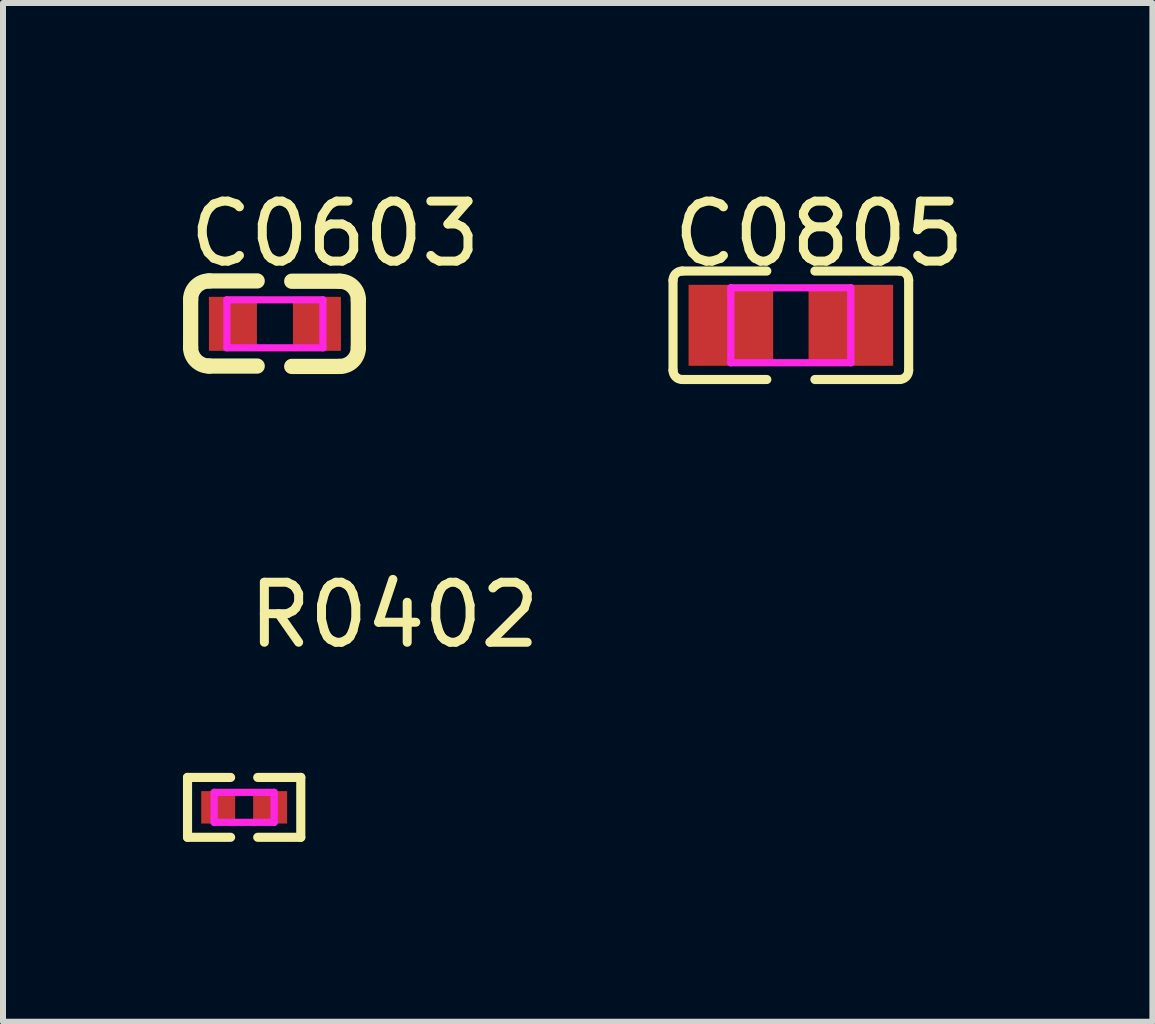
<source format=kicad_pcb>
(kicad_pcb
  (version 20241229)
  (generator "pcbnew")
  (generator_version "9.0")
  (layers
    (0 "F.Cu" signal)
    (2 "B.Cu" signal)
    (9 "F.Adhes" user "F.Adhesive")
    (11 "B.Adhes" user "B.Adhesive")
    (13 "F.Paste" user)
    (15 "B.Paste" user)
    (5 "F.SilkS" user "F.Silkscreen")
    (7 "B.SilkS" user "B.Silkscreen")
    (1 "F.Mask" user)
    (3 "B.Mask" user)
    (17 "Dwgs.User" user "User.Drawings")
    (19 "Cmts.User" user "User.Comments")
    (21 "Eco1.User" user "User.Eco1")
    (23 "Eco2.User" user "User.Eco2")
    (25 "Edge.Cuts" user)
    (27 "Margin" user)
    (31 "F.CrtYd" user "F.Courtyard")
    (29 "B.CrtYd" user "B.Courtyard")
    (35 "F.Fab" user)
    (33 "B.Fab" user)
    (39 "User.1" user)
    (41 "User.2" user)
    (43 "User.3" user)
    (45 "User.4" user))
  (footprint "C0805"
    (layer "F.Cu")
    (at 10.133 2.372)
    (property "Reference" "C0805" (at -2.032 -1.524 0) (layer "F.SilkS") (effects (font (size 1 1) (thickness 0.15)) (justify left)))
    (attr through_hole)
    (fp_line (start -1.964 0.751) (end -1.964 -0.751) (stroke (width 0.152) (type solid)) (layer "F.SilkS"))
    (fp_line (start -1.811 -0.904) (end -0.401 -0.904) (stroke (width 0.152) (type solid)) (layer "F.SilkS"))
    (fp_line (start -0.401 0.904) (end -1.811 0.904) (stroke (width 0.152) (type solid)) (layer "F.SilkS"))
    (fp_line (start 0.401 0.904) (end 1.811 0.904) (stroke (width 0.152) (type solid)) (layer "F.SilkS"))
    (fp_line (start 1.811 -0.904) (end 0.401 -0.904) (stroke (width 0.152) (type solid)) (layer "F.SilkS"))
    (fp_line (start 1.964 0.751) (end 1.964 -0.751) (stroke (width 0.152) (type solid)) (layer "F.SilkS"))
    (fp_arc (start -1.964 -0.751) (mid -1.919187 -0.859187) (end -1.811 -0.904) (stroke (width 0.152) (type solid)) (layer "F.SilkS"))
    (fp_arc (start -1.811 0.904) (mid -1.919187 0.859187) (end -1.964 0.751) (stroke (width 0.152) (type solid)) (layer "F.SilkS"))
    (fp_arc (start 1.811 -0.904) (mid 1.919187 -0.859187) (end 1.964 -0.751) (stroke (width 0.152) (type solid)) (layer "F.SilkS"))
    (fp_arc (start 1.964 0.751) (mid 1.919187 0.859187) (end 1.811 0.904) (stroke (width 0.152) (type solid)) (layer "F.SilkS"))
    (fp_poly (pts (xy -1.705 0.64) (xy -1.705 -0.64) (xy -1.655 -0.69) (xy -0.505 -0.69) (xy -0.455 -0.64) (xy -0.45 -0.23) (xy -0.9 -0.23) (xy -0.9 0.22) (xy -0.46 0.22) (xy -0.455 0.64) (xy -0.505 0.69) (xy -1.655 0.69)) (stroke (width 0.12) (type solid)) (fill yes) (layer "F.Paste"))
    (fp_poly (pts (xy 1.705 -0.64) (xy 1.705 0.64) (xy 1.655 0.69) (xy 0.505 0.69) (xy 0.455 0.64) (xy 0.45 0.23) (xy 0.9 0.23) (xy 0.9 -0.22) (xy 0.46 -0.22) (xy 0.455 -0.64) (xy 0.505 -0.69) (xy 1.655 -0.69)) (stroke (width 0.12) (type solid)) (fill yes) (layer "F.Paste"))
    (fp_circle (center -1 0.625) (end -0.97 0.625) (stroke (width 0.06) (type solid)) (fill no) (layer "Eco2.User"))
    (fp_poly (pts (xy -1 0.625) (xy -1 -0.625) (xy -0.5 -0.625) (xy -0.5 0.625)) (stroke (width 0.12) (type solid)) (fill no) (layer "Eco2.User"))
    (fp_poly (pts (xy 1 -0.625) (xy 1 0.625) (xy 0.5 0.625) (xy 0.5 -0.625)) (stroke (width 0.12) (type solid)) (fill no) (layer "Eco2.User"))
    (fp_line (start -1 -0.625) (end 1 -0.625) (stroke (width 0.12) (type solid)) (layer "F.CrtYd"))
    (fp_line (start -1 0.625) (end -1 -0.625) (stroke (width 0.12) (type solid)) (layer "F.CrtYd"))
    (fp_line (start 1 -0.625) (end 1 0.625) (stroke (width 0.12) (type solid)) (layer "F.CrtYd"))
    (fp_line (start 1 0.625) (end -1 0.625) (stroke (width 0.12) (type solid)) (layer "F.CrtYd"))
    (pad "1" smd rect (at -1 0) (size 1.41 1.35) (layers "F.Cu" "F.Mask" "F.Paste"))
    (pad "2" smd rect (at 1 0) (size 1.41 1.35) (layers "F.Cu" "F.Mask" "F.Paste")))
  (footprint "C0603"
    (layer "F.Cu")
    (at 1.533 2.348)
    (property "Reference" "C0603" (at -1.5 -1.5 0) (layer "F.SilkS") (effects (font (size 1 1) (thickness 0.15)) (justify left)))
    (attr through_hole)
    (fp_line (start -1.405 -0.406) (end -1.405 0.394) (stroke (width 0.254) (type solid)) (layer "F.SilkS"))
    (fp_line (start -0.296 -0.715) (end -1.096 -0.715) (stroke (width 0.254) (type solid)) (layer "F.SilkS"))
    (fp_line (start -0.296 0.704) (end -1.096 0.704) (stroke (width 0.254) (type solid)) (layer "F.SilkS"))
    (fp_line (start 0.28 -0.71) (end 1.08 -0.71) (stroke (width 0.254) (type solid)) (layer "F.SilkS"))
    (fp_line (start 0.28 0.71) (end 1.08 0.71) (stroke (width 0.254) (type solid)) (layer "F.SilkS"))
    (fp_line (start 1.39 -0.4) (end 1.39 0.4) (stroke (width 0.254) (type solid)) (layer "F.SilkS"))
    (fp_arc (start -1.405 -0.406) (mid -1.314496 -0.624496) (end -1.096 -0.715) (stroke (width 0.254) (type solid)) (layer "F.SilkS"))
    (fp_arc (start -1.095975 0.704) (mid -1.315194 0.613212) (end -1.406 0.394) (stroke (width 0.254) (type solid)) (layer "F.SilkS"))
    (fp_arc (start 1.079975 -0.71) (mid 1.299194 -0.619212) (end 1.39 -0.4) (stroke (width 0.254) (type solid)) (layer "F.SilkS"))
    (fp_arc (start 1.39 0.4) (mid 1.299203 0.619203) (end 1.08 0.71) (stroke (width 0.254) (type solid)) (layer "F.SilkS"))
    (fp_circle (center -0.8 0.4) (end -0.77 0.4) (stroke (width 0.06) (type solid)) (fill no) (layer "Eco2.User"))
    (fp_poly (pts (xy -0.8 0.4) (xy -0.8 -0.4) (xy -0.5 -0.4) (xy -0.5 0.4)) (stroke (width 0.12) (type solid)) (fill no) (layer "Eco2.User"))
    (fp_poly (pts (xy 0.8 0.4) (xy 0.8 -0.4) (xy 0.5 -0.4) (xy 0.5 0.4)) (stroke (width 0.12) (type solid)) (fill no) (layer "Eco2.User"))
    (fp_line (start -0.8 -0.4) (end 0.8 -0.4) (stroke (width 0.12) (type solid)) (layer "F.CrtYd"))
    (fp_line (start -0.8 0.4) (end -0.8 -0.4) (stroke (width 0.12) (type solid)) (layer "F.CrtYd"))
    (fp_line (start 0.8 -0.4) (end 0.8 0.4) (stroke (width 0.12) (type solid)) (layer "F.CrtYd"))
    (fp_line (start 0.8 0.4) (end -0.8 0.4) (stroke (width 0.12) (type solid)) (layer "F.CrtYd"))
    (pad "1" smd rect (at -0.7 0) (size 0.8 0.9) (layers "F.Cu" "F.Mask" "F.Paste"))
    (pad "2" smd rect (at 0.7 0) (size 0.8 0.9) (layers "F.Cu" "F.Mask" "F.Paste")))
  (footprint "R0402"
    (layer "F.Cu")
    (at 1.02 10.408)
    (property "Reference" "R0402" (at 0 -3.207 0) (layer "F.SilkS") (effects (font (size 1 1) (thickness 0.15)) (justify left)))
    (attr through_hole)
    (fp_line (start -0.944 -0.499) (end -0.226 -0.499) (stroke (width 0.152) (type solid)) (layer "F.SilkS"))
    (fp_line (start -0.944 0.499) (end -0.944 -0.499) (stroke (width 0.152) (type solid)) (layer "F.SilkS"))
    (fp_line (start -0.226 0.499) (end -0.944 0.499) (stroke (width 0.152) (type solid)) (layer "F.SilkS"))
    (fp_line (start 0.226 0.499) (end 0.944 0.499) (stroke (width 0.152) (type solid)) (layer "F.SilkS"))
    (fp_line (start 0.944 -0.499) (end 0.226 -0.499) (stroke (width 0.152) (type solid)) (layer "F.SilkS"))
    (fp_line (start 0.944 0.499) (end 0.944 -0.499) (stroke (width 0.152) (type solid)) (layer "F.SilkS"))
    (fp_poly (pts (xy -0.135 0.23) (xy -0.135 -0.23) (xy -0.175 -0.27) (xy -0.676 -0.27) (xy -0.716 -0.23) (xy -0.716 0.23) (xy -0.676 0.27) (xy -0.175 0.27)) (stroke (width 0.12) (type solid)) (fill yes) (layer "F.Paste"))
    (fp_poly (pts (xy 0.135 0.23) (xy 0.135 -0.23) (xy 0.175 -0.27) (xy 0.676 -0.27) (xy 0.716 -0.23) (xy 0.716 0.23) (xy 0.676 0.27) (xy 0.175 0.27)) (stroke (width 0.12) (type solid)) (fill yes) (layer "F.Paste"))
    (fp_circle (center -0.5 0.25) (end -0.47 0.25) (stroke (width 0.06) (type solid)) (fill no) (layer "Eco2.User"))
    (fp_poly (pts (xy -0.249 -0.25) (xy -0.249 0.25) (xy -0.499 0.25) (xy -0.499 -0.25)) (stroke (width 0.12) (type solid)) (fill no) (layer "Eco2.User"))
    (fp_poly (pts (xy 0.251 0.25) (xy 0.251 -0.25) (xy 0.501 -0.25) (xy 0.501 0.25)) (stroke (width 0.12) (type solid)) (fill no) (layer "Eco2.User"))
    (fp_line (start -0.5 -0.25) (end 0.5 -0.25) (stroke (width 0.12) (type solid)) (layer "F.CrtYd"))
    (fp_line (start -0.5 0.25) (end -0.5 -0.25) (stroke (width 0.12) (type solid)) (layer "F.CrtYd"))
    (fp_line (start 0.5 -0.25) (end 0.5 0.25) (stroke (width 0.12) (type solid)) (layer "F.CrtYd"))
    (fp_line (start 0.5 0.25) (end -0.5 0.25) (stroke (width 0.12) (type solid)) (layer "F.CrtYd"))
    (pad "1" smd rect (at -0.433 0) (size 0.566 0.54) (layers "F.Cu" "F.Mask" "F.Paste"))
    (pad "2" smd rect (at 0.433 0) (size 0.566 0.54) (layers "F.Cu" "F.Mask" "F.Paste")))
  (gr_rect
    (start -3 -3)
    (end 16.16 13.982)
    (stroke (width 0.1) (type default))
    (fill no)
    (layer "Edge.Cuts")))
</source>
